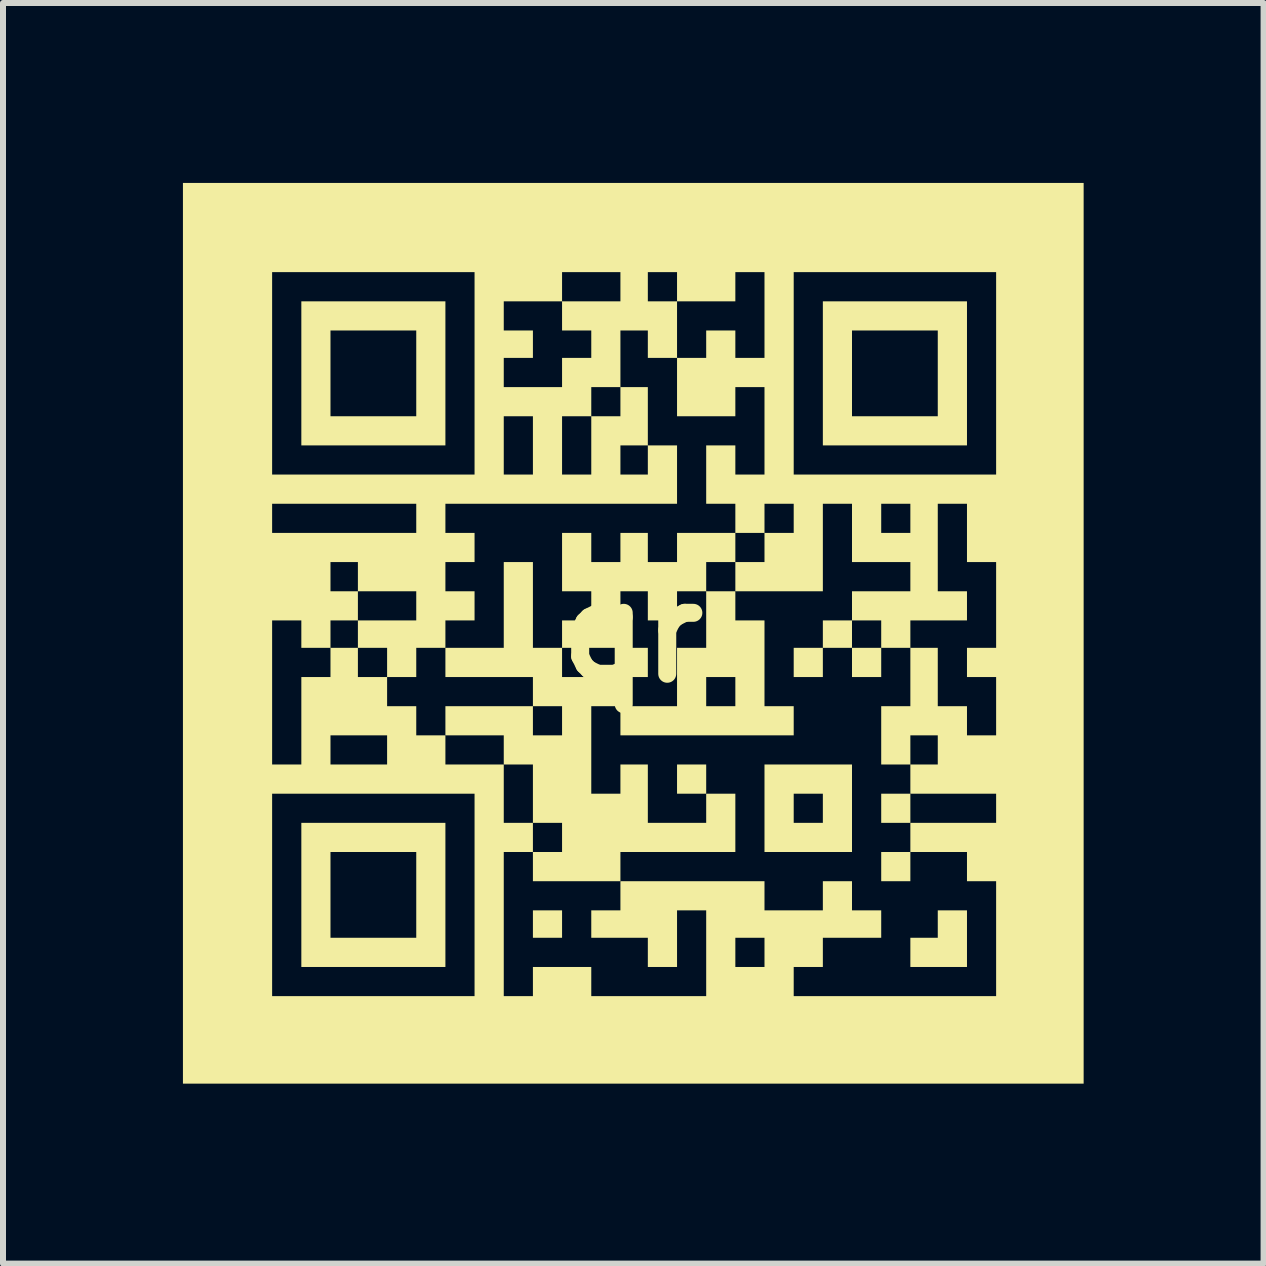
<source format=kicad_pcb>
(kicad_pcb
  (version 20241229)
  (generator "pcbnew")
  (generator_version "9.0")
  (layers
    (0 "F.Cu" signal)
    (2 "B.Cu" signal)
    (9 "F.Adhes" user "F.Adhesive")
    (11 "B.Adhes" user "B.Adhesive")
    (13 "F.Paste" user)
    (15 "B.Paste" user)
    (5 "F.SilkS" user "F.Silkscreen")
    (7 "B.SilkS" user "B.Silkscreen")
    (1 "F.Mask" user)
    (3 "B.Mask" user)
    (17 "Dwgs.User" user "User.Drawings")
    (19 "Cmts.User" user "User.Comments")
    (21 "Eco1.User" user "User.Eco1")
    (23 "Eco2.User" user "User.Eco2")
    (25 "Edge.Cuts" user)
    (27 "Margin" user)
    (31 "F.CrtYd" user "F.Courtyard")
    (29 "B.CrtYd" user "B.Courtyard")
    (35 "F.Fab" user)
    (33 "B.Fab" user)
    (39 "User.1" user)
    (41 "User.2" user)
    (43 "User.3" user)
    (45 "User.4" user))
  (footprint "qr"
    (layer "F.Cu")
    (at 7.494 7.494)
    (property "Reference" "qr" (at 0 0 0) (layer "F.SilkS") (effects (font (size 1.524 1.524) (thickness 0.3))))
    (attr board_only exclude_from_pos_files exclude_from_bom)
    (fp_poly (pts (xy -1.173 5.091) (xy -1.659 5.091) (xy -1.659 4.634) (xy -1.173 4.634)) (stroke (width 0) (type solid)) (fill yes) (layer "F.SilkS"))
    (fp_poly (pts (xy 0.257 0.744) (xy -0.2 0.744) (xy -0.2 0.257) (xy 0.257 0.257)) (stroke (width 0) (type solid)) (fill yes) (layer "F.SilkS"))
    (fp_poly (pts (xy 1.23 2.689) (xy 0.744 2.689) (xy 0.744 2.202) (xy 1.23 2.202)) (stroke (width 0) (type solid)) (fill yes) (layer "F.SilkS"))
    (fp_poly (pts (xy 3.175 0.744) (xy 2.689 0.744) (xy 2.689 0.257) (xy 3.175 0.257)) (stroke (width 0) (type solid)) (fill yes) (layer "F.SilkS"))
    (fp_poly (pts (xy 3.661 0.257) (xy 3.175 0.257) (xy 3.175 -0.2) (xy 3.661 -0.2)) (stroke (width 0) (type solid)) (fill yes) (layer "F.SilkS"))
    (fp_poly (pts (xy 4.148 0.744) (xy 3.661 0.744) (xy 3.661 0.257) (xy 4.148 0.257)) (stroke (width 0) (type solid)) (fill yes) (layer "F.SilkS"))
    (fp_poly (pts (xy 4.634 3.175) (xy 4.148 3.175) (xy 4.148 2.689) (xy 4.634 2.689)) (stroke (width 0) (type solid)) (fill yes) (layer "F.SilkS"))
    (fp_poly (pts (xy 4.634 4.148) (xy 4.148 4.148) (xy 4.148 3.661) (xy 4.634 3.661)) (stroke (width 0) (type solid)) (fill yes) (layer "F.SilkS"))
    (fp_poly (pts (xy 5.578 5.578) (xy 4.634 5.578) (xy 4.634 5.091) (xy 5.091 5.091) (xy 5.091 4.634) (xy 5.578 4.634)) (stroke (width 0) (type solid)) (fill yes) (layer "F.SilkS"))
    (fp_poly (pts (xy -3.118 -3.118) (xy -5.52 -3.118) (xy -5.52 -3.604) (xy -5.034 -3.604) (xy -3.604 -3.604) (xy -3.604 -5.034) (xy -5.034 -5.034) (xy -5.034 -3.604) (xy -5.52 -3.604) (xy -5.52 -5.52) (xy -3.118 -5.52)) (stroke (width 0) (type solid)) (fill yes) (layer "F.SilkS"))
    (fp_poly (pts (xy -3.118 5.578) (xy -5.52 5.578) (xy -5.52 5.091) (xy -5.034 5.091) (xy -3.604 5.091) (xy -3.604 3.661) (xy -5.034 3.661) (xy -5.034 5.091) (xy -5.52 5.091) (xy -5.52 3.175) (xy -3.118 3.175)) (stroke (width 0) (type solid)) (fill yes) (layer "F.SilkS"))
    (fp_poly (pts (xy 3.661 3.661) (xy 2.202 3.661) (xy 2.202 3.175) (xy 2.689 3.175) (xy 3.175 3.175) (xy 3.175 2.689) (xy 2.689 2.689) (xy 2.689 3.175) (xy 2.202 3.175) (xy 2.202 2.202) (xy 3.661 2.202)) (stroke (width 0) (type solid)) (fill yes) (layer "F.SilkS"))
    (fp_poly (pts (xy 5.578 -3.118) (xy 3.175 -3.118) (xy 3.175 -3.604) (xy 3.661 -3.604) (xy 5.091 -3.604) (xy 5.091 -5.034) (xy 3.661 -5.034) (xy 3.661 -3.604) (xy 3.175 -3.604) (xy 3.175 -5.52) (xy 5.578 -5.52)) (stroke (width 0) (type solid)) (fill yes) (layer "F.SilkS"))
    (fp_poly (pts (xy 1.716 -0.686) (xy 1.716 -0.2) (xy 2.202 -0.2) (xy 2.202 1.23) (xy 2.689 1.23) (xy 2.689 1.716) (xy -0.2 1.716) (xy -0.2 1.23) (xy -0.686 1.23) (xy -0.686 2.689) (xy -0.2 2.689) (xy -0.2 2.202) (xy 0.257 2.202) (xy 0.257 3.175) (xy 1.23 3.175) (xy 1.23 2.689) (xy 1.716 2.689) (xy 1.716 3.661) (xy -0.2 3.661) (xy -0.2 4.148) (xy -1.659 4.148) (xy -1.659 3.661) (xy -1.173 3.661) (xy -1.173 3.175) (xy -1.659 3.175) (xy -1.659 2.202) (xy -2.145 2.202) (xy -2.145 1.716) (xy -1.659 1.716) (xy -1.173 1.716) (xy -1.173 1.23) (xy -1.659 1.23) (xy -1.659 1.716) (xy -2.145 1.716) (xy -3.118 1.716) (xy -3.118 1.23) (xy -1.659 1.23) (xy -1.659 0.744) (xy -1.173 0.744) (xy -0.2 0.744) (xy -0.2 1.23) (xy 0.744 1.23) (xy 1.23 1.23) (xy 1.716 1.23) (xy 1.716 0.744) (xy 1.23 0.744) (xy 1.23 1.23) (xy 0.744 1.23) (xy 0.744 0.257) (xy 1.23 0.257) (xy 1.23 -0.686) (xy 0.744 -0.686) (xy 0.744 -0.2) (xy 0.257 -0.2) (xy 0.257 -0.686) (xy -0.2 -0.686) (xy -0.2 0.257) (xy -1.173 0.257) (xy -1.173 0.744) (xy -1.659 0.744) (xy -3.118 0.744) (xy -3.118 0.257) (xy -2.145 0.257) (xy -2.145 -1.173) (xy -1.659 -1.173) (xy -1.659 0.257) (xy -1.173 0.257) (xy -1.173 -0.2) (xy -0.686 -0.2) (xy -0.686 -0.686) (xy -1.173 -0.686) (xy -1.173 -1.659) (xy -0.686 -1.659) (xy -0.686 -1.173) (xy -0.2 -1.173) (xy -0.2 -1.659) (xy 0.257 -1.659) (xy 0.257 -1.173) (xy 0.744 -1.173) (xy 0.744 -1.659) (xy 1.716 -1.659) (xy 1.716 -1.173) (xy 1.23 -1.173) (xy 1.23 -0.686)) (stroke (width 0) (type solid)) (fill yes) (layer "F.SilkS"))
    (fp_poly (pts (xy 7.523 7.523) (xy -7.494 7.523) (xy -7.494 6.064) (xy -6.007 6.064) (xy -2.632 6.064) (xy -2.632 2.689) (xy -6.007 2.689) (xy -6.007 6.064) (xy -7.494 6.064) (xy -7.494 2.202) (xy -6.007 2.202) (xy -5.52 2.202) (xy -5.034 2.202) (xy -4.09 2.202) (xy -4.09 1.716) (xy -5.034 1.716) (xy -5.034 2.202) (xy -5.52 2.202) (xy -5.52 1.23) (xy -4.09 1.23) (xy -3.604 1.23) (xy -3.604 1.716) (xy -3.118 1.716) (xy -3.118 2.202) (xy -2.145 2.202) (xy -2.145 3.175) (xy -1.659 3.175) (xy -1.659 3.661) (xy -2.145 3.661) (xy -2.145 6.064) (xy -1.659 6.064) (xy -1.659 5.578) (xy -0.686 5.578) (xy -0.686 6.064) (xy 1.23 6.064) (xy 1.23 5.578) (xy 1.716 5.578) (xy 2.202 5.578) (xy 2.202 5.091) (xy 1.716 5.091) (xy 1.716 5.578) (xy 1.23 5.578) (xy 1.23 4.634) (xy 0.744 4.634) (xy 0.744 5.578) (xy 0.257 5.578) (xy 0.257 5.091) (xy -0.686 5.091) (xy -0.686 4.634) (xy -0.2 4.634) (xy -0.2 4.148) (xy 2.202 4.148) (xy 2.202 4.634) (xy 3.175 4.634) (xy 3.175 4.148) (xy 3.661 4.148) (xy 3.661 4.634) (xy 4.148 4.634) (xy 4.148 5.091) (xy 3.175 5.091) (xy 3.175 5.578) (xy 2.689 5.578) (xy 2.689 6.064) (xy 6.064 6.064) (xy 6.064 4.148) (xy 5.578 4.148) (xy 5.578 3.661) (xy 4.634 3.661) (xy 4.634 3.175) (xy 6.064 3.175) (xy 6.064 2.689) (xy 4.634 2.689) (xy 4.634 2.202) (xy 5.091 2.202) (xy 5.091 1.716) (xy 4.634 1.716) (xy 4.634 2.202) (xy 4.148 2.202) (xy 4.148 1.23) (xy 4.634 1.23) (xy 4.634 0.257) (xy 5.091 0.257) (xy 5.091 1.23) (xy 5.578 1.23) (xy 5.578 1.716) (xy 6.064 1.716) (xy 6.064 0.744) (xy 5.578 0.744) (xy 5.578 0.257) (xy 6.064 0.257) (xy 6.064 -1.173) (xy 5.578 -1.173) (xy 5.578 -2.145) (xy 5.091 -2.145) (xy 5.091 -0.686) (xy 5.578 -0.686) (xy 5.578 -0.2) (xy 4.634 -0.2) (xy 4.634 0.257) (xy 4.148 0.257) (xy 4.148 -0.2) (xy 3.661 -0.2) (xy 3.661 -0.686) (xy 4.634 -0.686) (xy 4.634 -1.173) (xy 3.661 -1.173) (xy 3.661 -1.659) (xy 4.148 -1.659) (xy 4.634 -1.659) (xy 4.634 -2.145) (xy 4.148 -2.145) (xy 4.148 -1.659) (xy 3.661 -1.659) (xy 3.661 -2.145) (xy 3.175 -2.145) (xy 3.175 -0.686) (xy 1.716 -0.686) (xy 1.716 -1.173) (xy 2.202 -1.173) (xy 2.202 -1.659) (xy 2.689 -1.659) (xy 2.689 -2.145) (xy 2.202 -2.145) (xy 2.202 -1.659) (xy 1.716 -1.659) (xy 1.716 -2.145) (xy 1.23 -2.145) (xy 1.23 -3.118) (xy 1.716 -3.118) (xy 1.716 -2.632) (xy 2.202 -2.632) (xy 2.689 -2.632) (xy 6.064 -2.632) (xy 6.064 -6.007) (xy 2.689 -6.007) (xy 2.689 -2.632) (xy 2.202 -2.632) (xy 2.202 -4.09) (xy 1.716 -4.09) (xy 1.716 -3.604) (xy 0.744 -3.604) (xy 0.744 -4.577) (xy 1.23 -4.577) (xy 1.23 -5.034) (xy 1.716 -5.034) (xy 1.716 -4.577) (xy 2.202 -4.577) (xy 2.202 -6.007) (xy 1.716 -6.007) (xy 1.716 -5.52) (xy 0.744 -5.52) (xy 0.744 -4.577) (xy 0.257 -4.577) (xy 0.257 -5.034) (xy -0.2 -5.034) (xy -0.2 -4.09) (xy 0.257 -4.09) (xy 0.257 -3.118) (xy 0.744 -3.118) (xy 0.744 -2.145) (xy -3.118 -2.145) (xy -3.118 -1.659) (xy -2.632 -1.659) (xy -2.632 -1.173) (xy -3.118 -1.173) (xy -3.118 -0.686) (xy -2.632 -0.686) (xy -2.632 -0.2) (xy -3.118 -0.2) (xy -3.118 0.257) (xy -3.604 0.257) (xy -3.604 0.744) (xy -4.09 0.744) (xy -4.09 1.23) (xy -5.52 1.23) (xy -5.52 0.744) (xy -5.034 0.744) (xy -4.577 0.744) (xy -4.09 0.744) (xy -4.09 0.257) (xy -4.577 0.257) (xy -4.577 0.744) (xy -5.034 0.744) (xy -5.034 0.257) (xy -4.577 0.257) (xy -4.577 -0.2) (xy -3.604 -0.2) (xy -3.604 -0.686) (xy -4.577 -0.686) (xy -4.577 -0.2) (xy -5.034 -0.2) (xy -5.034 0.257) (xy -5.52 0.257) (xy -5.52 -0.2) (xy -6.007 -0.2) (xy -6.007 2.202) (xy -7.494 2.202) (xy -7.494 -0.686) (xy -5.034 -0.686) (xy -4.577 -0.686) (xy -4.577 -1.173) (xy -5.034 -1.173) (xy -5.034 -0.686) (xy -7.494 -0.686) (xy -7.494 -1.659) (xy -6.007 -1.659) (xy -3.604 -1.659) (xy -3.604 -2.145) (xy -6.007 -2.145) (xy -6.007 -1.659) (xy -7.494 -1.659) (xy -7.494 -2.632) (xy -6.007 -2.632) (xy -2.632 -2.632) (xy -2.145 -2.632) (xy -1.659 -2.632) (xy -1.173 -2.632) (xy -0.686 -2.632) (xy -0.2 -2.632) (xy 0.257 -2.632) (xy 0.257 -3.118) (xy -0.2 -3.118) (xy -0.2 -2.632) (xy -0.686 -2.632) (xy -0.686 -3.604) (xy -0.2 -3.604) (xy -0.2 -4.09) (xy -0.686 -4.09) (xy -0.686 -3.604) (xy -1.173 -3.604) (xy -1.173 -2.632) (xy -1.659 -2.632) (xy -1.659 -3.604) (xy -2.145 -3.604) (xy -2.145 -2.632) (xy -2.632 -2.632) (xy -2.632 -4.09) (xy -2.145 -4.09) (xy -1.173 -4.09) (xy -1.173 -4.577) (xy -0.686 -4.577) (xy -0.686 -5.034) (xy -1.173 -5.034) (xy -1.173 -5.52) (xy -0.2 -5.52) (xy 0.257 -5.52) (xy 0.744 -5.52) (xy 0.744 -6.007) (xy 0.257 -6.007) (xy 0.257 -5.52) (xy -0.2 -5.52) (xy -0.2 -6.007) (xy -1.173 -6.007) (xy -1.173 -5.52) (xy -2.145 -5.52) (xy -2.145 -5.034) (xy -1.659 -5.034) (xy -1.659 -4.577) (xy -2.145 -4.577) (xy -2.145 -4.09) (xy -2.632 -4.09) (xy -2.632 -6.007) (xy -6.007 -6.007) (xy -6.007 -2.632) (xy -7.494 -2.632) (xy -7.494 -7.494) (xy 7.523 -7.494)) (stroke (width 0) (type solid)) (fill yes) (layer "F.SilkS")))
  (gr_rect
    (start -3 -3)
    (end 18.017 18.017)
    (stroke (width 0.1) (type default))
    (fill no)
    (layer "Edge.Cuts")))
</source>
